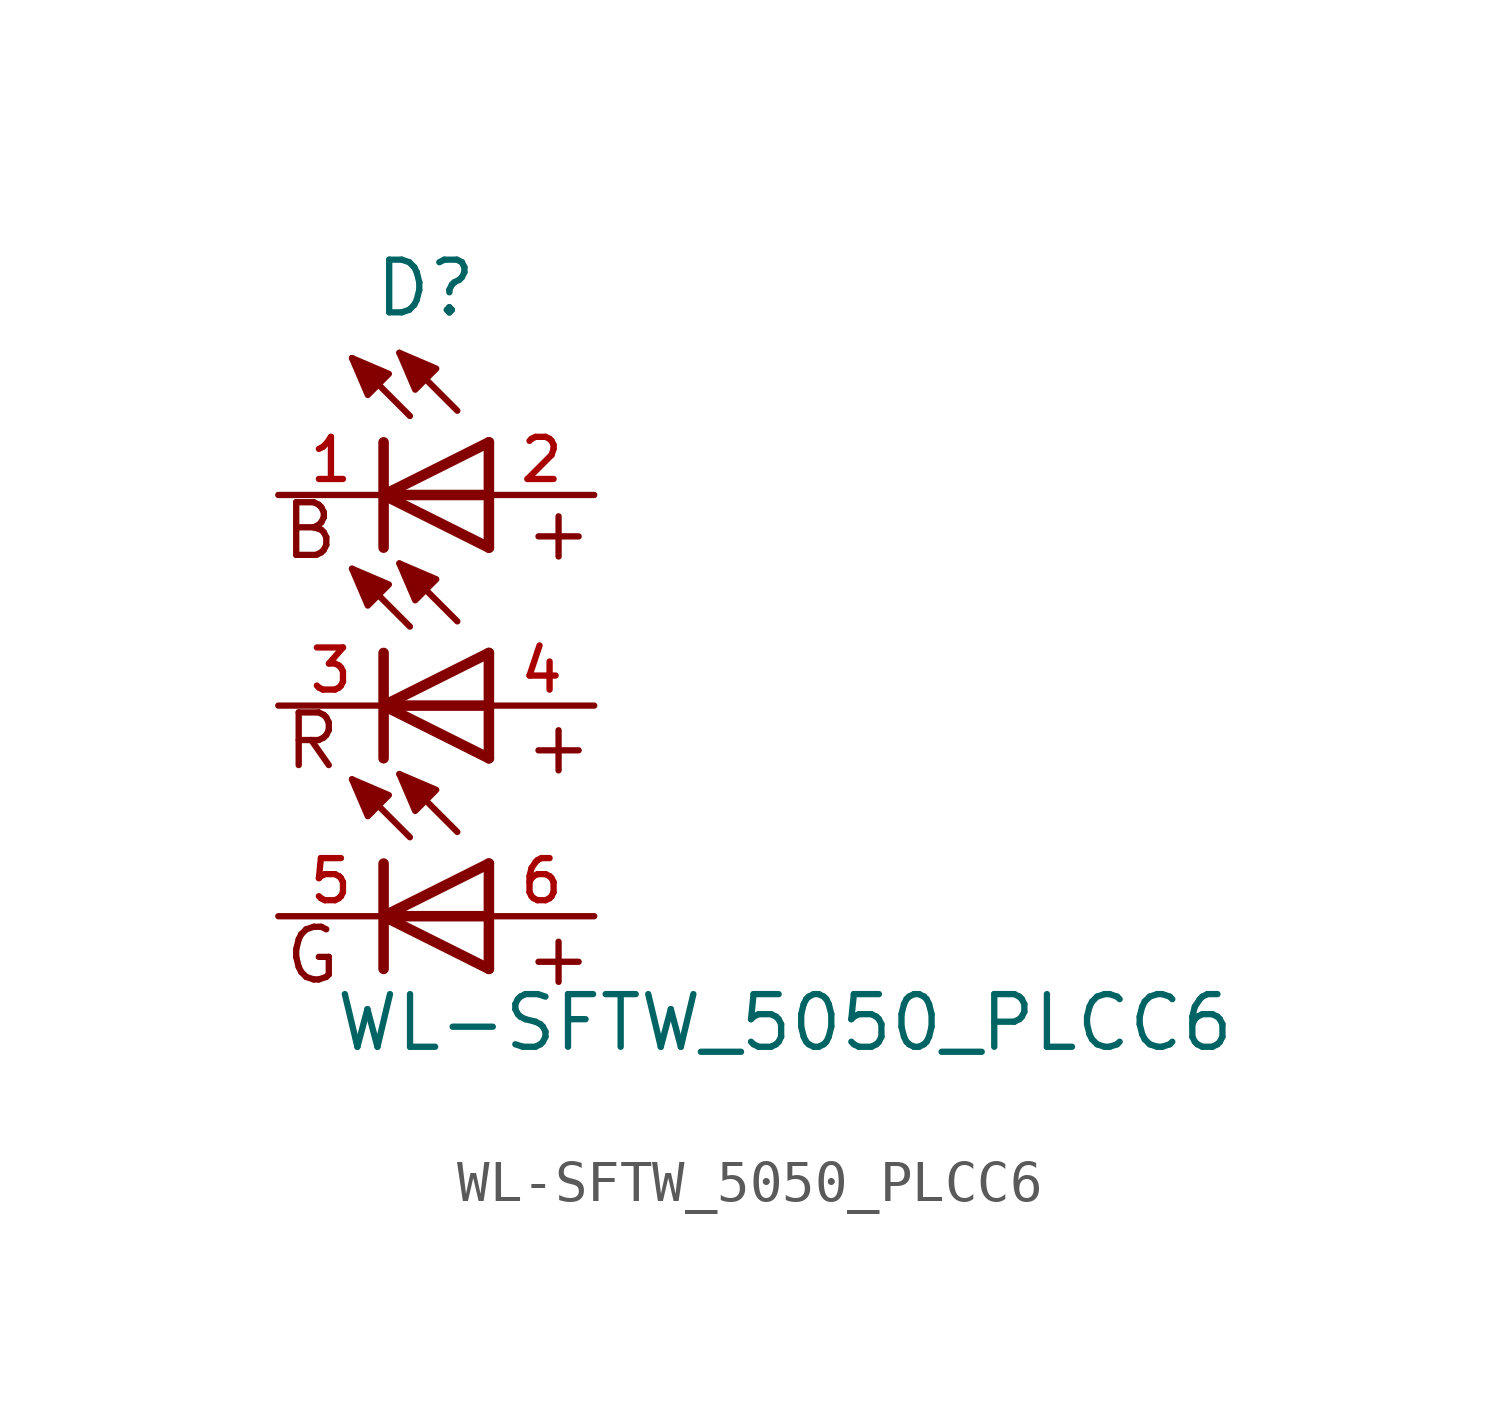
<source format=kicad_sym>
(kicad_symbol_lib
  (version 20211014)
  (generator kicad_symbol_editor)
  (symbol "WL-SFTW_5050_PLCC6"
    (pin_names
      (offset 1.016))
    (property "Reference" "D"
      (at 1.012 9.322 0)
      (effects (font (size 1.27 1.27)) (justify bottom)))
    (property "Value" "WL-SFTW_5050_PLCC6"
      (at -1.216 -8.392 0)
      (effects (font (size 1.27 1.27)) (justify bottom left)))
    (symbol "WL-SFTW_5050_PLCC6_0_0"
      (text "G" (at -2.45 -6.768 0) (effects (font (size 1.27 1.27)) (justify bottom left)))
      (text "R" (at -2.45 -1.598 0) (effects (font (size 1.27 1.27)) (justify bottom left)))
      (text "B" (at -2.51 3.472 0) (effects (font (size 1.27 1.27)) (justify bottom left)))
      (text "+" (at 3.334 3.434 0) (effects (font (size 1.27 1.27)) (justify bottom left)))
      (text "+" (at 3.334 -1.726 0) (effects (font (size 1.27 1.27)) (justify bottom left)))
      (text "+" (at 3.334 -6.826 0) (effects (font (size 1.27 1.27)) (justify bottom left)))
      (polyline (pts (xy 2.54 3.81) (xy 0.0 5.08)) (stroke (width 0.254)))
      (polyline (pts (xy 0.0 5.08) (xy 2.54 6.35)) (stroke (width 0.254)))
      (polyline (pts (xy 0.0 3.81) (xy 0.0 5.08)) (stroke (width 0.254)))
      (polyline (pts (xy 0.0 5.08) (xy 0.0 6.35)) (stroke (width 0.254)))
      (polyline (pts (xy 2.54 3.81) (xy 2.54 5.08)) (stroke (width 0.254)))
      (polyline (pts (xy 2.54 5.08) (xy 2.54 6.35)) (stroke (width 0.254)))
      (polyline (pts (xy 1.778 7.112) (xy 0.381 8.509)) (stroke (width 0.152)))
      (polyline (pts (xy 0.635 6.985) (xy -0.762 8.382)) (stroke (width 0.152)))
      (polyline (pts (xy 2.54 -1.27) (xy 0.0 0.0)) (stroke (width 0.254)))
      (polyline (pts (xy 0.0 0.0) (xy 2.54 1.27)) (stroke (width 0.254)))
      (polyline (pts (xy 0.0 -1.27) (xy 0.0 0.0)) (stroke (width 0.254)))
      (polyline (pts (xy 0.0 0.0) (xy 0.0 1.27)) (stroke (width 0.254)))
      (polyline (pts (xy 2.54 -1.27) (xy 2.54 0.0)) (stroke (width 0.254)))
      (polyline (pts (xy 2.54 0.0) (xy 2.54 1.27)) (stroke (width 0.254)))
      (polyline (pts (xy 1.778 2.032) (xy 0.381 3.429)) (stroke (width 0.152)))
      (polyline (pts (xy 0.635 1.905) (xy -0.762 3.302)) (stroke (width 0.152)))
      (polyline (pts (xy 2.54 -6.35) (xy 0.0 -5.08)) (stroke (width 0.254)))
      (polyline (pts (xy 0.0 -5.08) (xy 2.54 -3.81)) (stroke (width 0.254)))
      (polyline (pts (xy 0.0 -6.35) (xy 0.0 -5.08)) (stroke (width 0.254)))
      (polyline (pts (xy 0.0 -5.08) (xy 0.0 -3.81)) (stroke (width 0.254)))
      (polyline (pts (xy 2.54 -6.35) (xy 2.54 -5.08)) (stroke (width 0.254)))
      (polyline (pts (xy 2.54 -5.08) (xy 2.54 -3.81)) (stroke (width 0.254)))
      (polyline (pts (xy 1.778 -3.048) (xy 0.381 -1.651)) (stroke (width 0.152)))
      (polyline (pts (xy 0.635 -3.175) (xy -0.762 -1.778)) (stroke (width 0.152)))
      (polyline (pts (xy 2.54 5.08) (xy 0.0 5.08)) (stroke (width 0.254)))
      (polyline (pts (xy 2.54 0.0) (xy 0.0 0.0)) (stroke (width 0.254)))
      (polyline (pts (xy 2.54 -5.08) (xy 0.0 -5.08)) (stroke (width 0.254)))
      (polyline (pts (xy 0.381 8.509) (xy 1.27 8.128) (xy 0.762 7.62) (xy 0.381 8.509)) (stroke (width 0.152)) (fill (type outline)))
      (polyline (pts (xy -0.762 8.382) (xy 0.127 8.001) (xy -0.381 7.493) (xy -0.762 8.382)) (stroke (width 0.152)) (fill (type outline)))
      (polyline (pts (xy 0.381 3.429) (xy 1.27 3.048) (xy 0.762 2.54) (xy 0.381 3.429)) (stroke (width 0.152)) (fill (type outline)))
      (polyline (pts (xy -0.762 3.302) (xy 0.127 2.921) (xy -0.381 2.413) (xy -0.762 3.302)) (stroke (width 0.152)) (fill (type outline)))
      (polyline (pts (xy 0.381 -1.651) (xy 1.27 -2.032) (xy 0.762 -2.54) (xy 0.381 -1.651)) (stroke (width 0.152)) (fill (type outline)))
      (polyline (pts (xy -0.762 -1.778) (xy 0.127 -2.159) (xy -0.381 -2.667) (xy -0.762 -1.778)) (stroke (width 0.152)) (fill (type outline)))
      (pin passive line (at -2.54 5.08 0) (length 2.54) (name "~" (effects (font (size 1.016 1.016)))) (number "1" (effects (font (size 1.016 1.016)))))
      (pin passive line (at 5.08 5.08 180.0) (length 2.54) (name "~" (effects (font (size 1.016 1.016)))) (number "2" (effects (font (size 1.016 1.016)))))
      (pin passive line (at -2.54 0.0 0) (length 2.54) (name "~" (effects (font (size 1.016 1.016)))) (number "3" (effects (font (size 1.016 1.016)))))
      (pin passive line (at 5.08 0.0 180.0) (length 2.54) (name "~" (effects (font (size 1.016 1.016)))) (number "4" (effects (font (size 1.016 1.016)))))
      (pin passive line (at -2.54 -5.08 0) (length 2.54) (name "~" (effects (font (size 1.016 1.016)))) (number "5" (effects (font (size 1.016 1.016)))))
      (pin passive line (at 5.08 -5.08 180.0) (length 2.54) (name "~" (effects (font (size 1.016 1.016)))) (number "6" (effects (font (size 1.016 1.016))))))))
</source>
